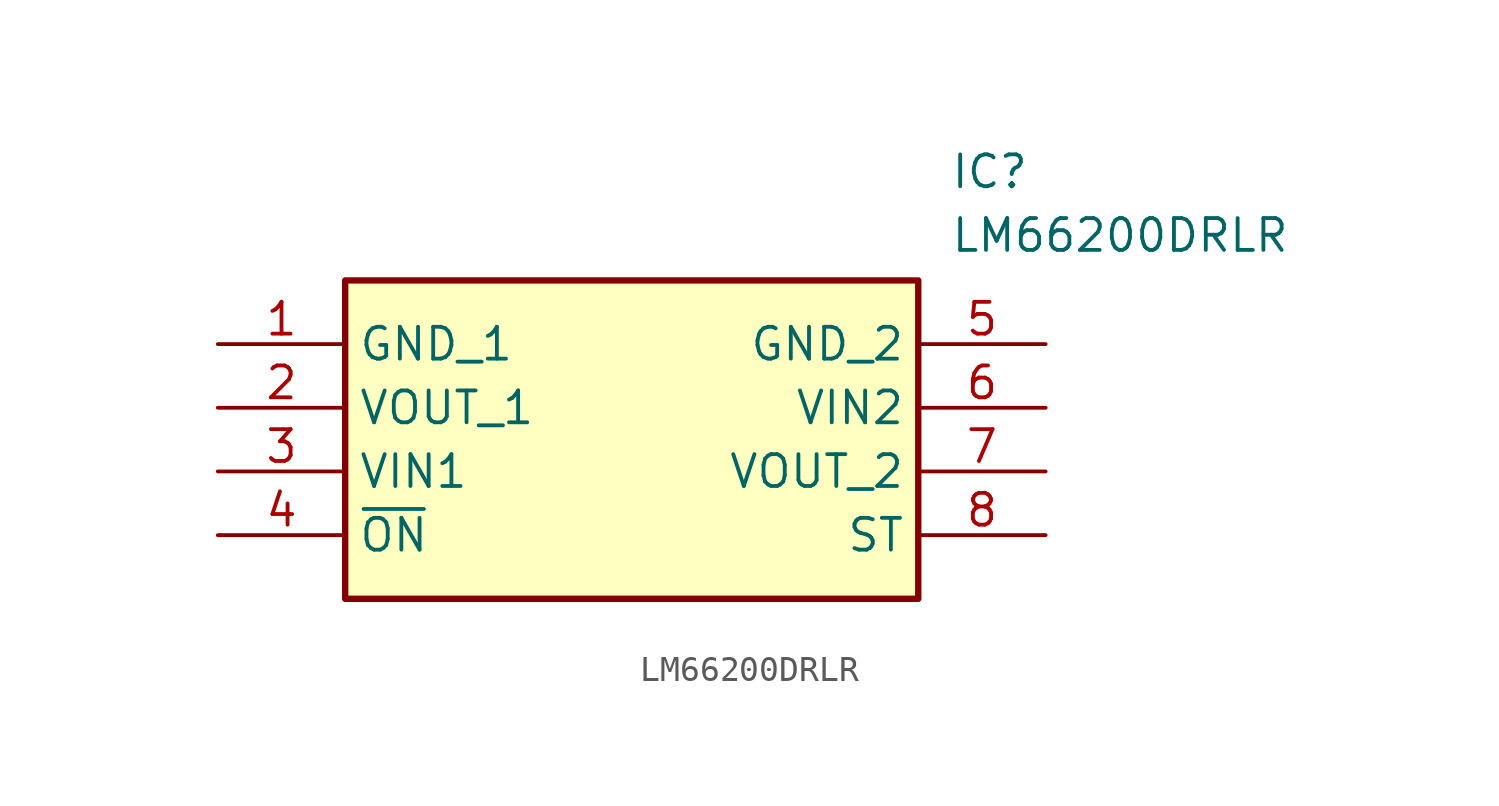
<source format=kicad_sym>
(kicad_symbol_lib
  (version 20211014)
  (generator SamacSys_ECAD_Model)
  (symbol "LM66200DRLR"
    (property "Reference" "IC"
      (at 29.21 7.62 0)
      (effects (font (size 1.27 1.27)) (justify left top)))
    (property "Value" "LM66200DRLR"
      (at 29.21 5.08 0)
      (effects (font (size 1.27 1.27)) (justify left top)))
    (rectangle
      (start 5.08 2.54)
      (end 27.94 -10.16)
      (stroke (width 0.254) (type default))
      (fill (type background)))
    (pin passive line
      (at 0 0 0)
      (length 5.08)
      (name "GND_1" (effects (font (size 1.27 1.27))))
      (number "1" (effects (font (size 1.27 1.27)))))
    (pin passive line
      (at 0 -2.54 0)
      (length 5.08)
      (name "VOUT_1" (effects (font (size 1.27 1.27))))
      (number "2" (effects (font (size 1.27 1.27)))))
    (pin passive line
      (at 0 -5.08 0)
      (length 5.08)
      (name "VIN1" (effects (font (size 1.27 1.27))))
      (number "3" (effects (font (size 1.27 1.27)))))
    (pin passive line
      (at 0 -7.62 0)
      (length 5.08)
      (name "~{ON}" (effects (font (size 1.27 1.27))))
      (number "4" (effects (font (size 1.27 1.27)))))
    (pin passive line
      (at 33.02 0 180)
      (length 5.08)
      (name "GND_2" (effects (font (size 1.27 1.27))))
      (number "5" (effects (font (size 1.27 1.27)))))
    (pin passive line
      (at 33.02 -2.54 180)
      (length 5.08)
      (name "VIN2" (effects (font (size 1.27 1.27))))
      (number "6" (effects (font (size 1.27 1.27)))))
    (pin passive line
      (at 33.02 -5.08 180)
      (length 5.08)
      (name "VOUT_2" (effects (font (size 1.27 1.27))))
      (number "7" (effects (font (size 1.27 1.27)))))
    (pin passive line
      (at 33.02 -7.62 180)
      (length 5.08)
      (name "ST" (effects (font (size 1.27 1.27))))
      (number "8" (effects (font (size 1.27 1.27)))))))
</source>
